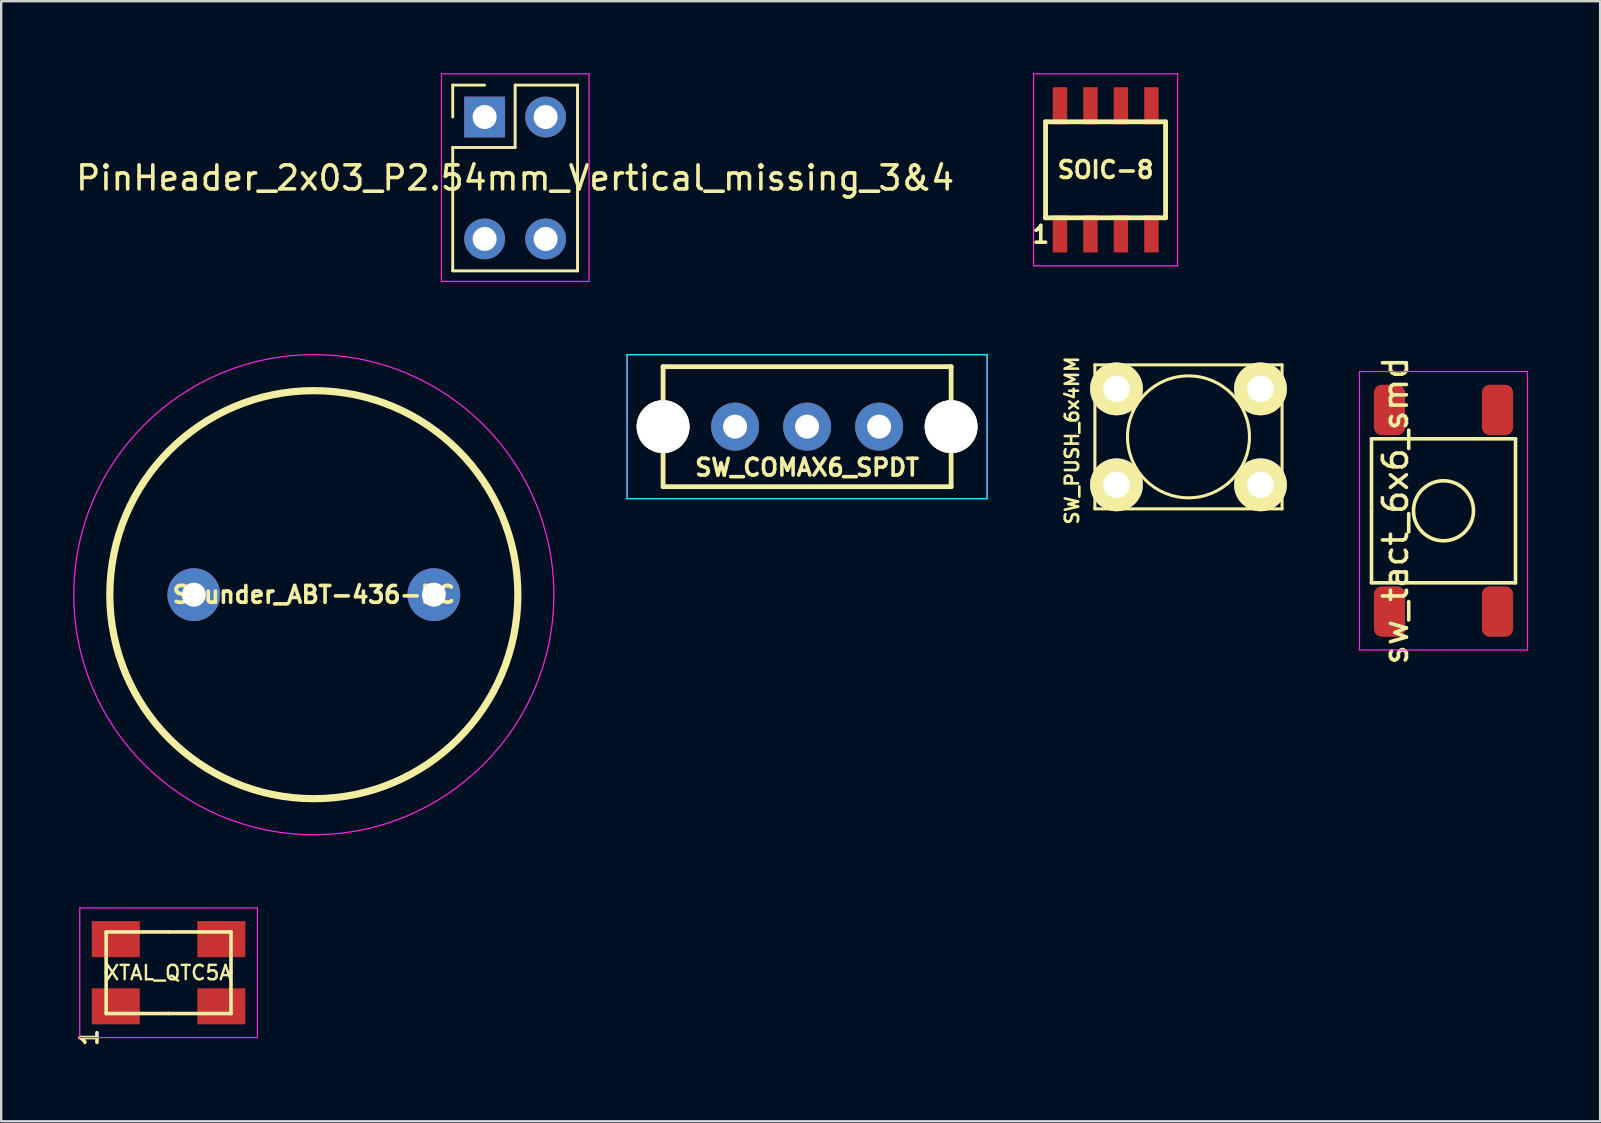
<source format=kicad_pcb>
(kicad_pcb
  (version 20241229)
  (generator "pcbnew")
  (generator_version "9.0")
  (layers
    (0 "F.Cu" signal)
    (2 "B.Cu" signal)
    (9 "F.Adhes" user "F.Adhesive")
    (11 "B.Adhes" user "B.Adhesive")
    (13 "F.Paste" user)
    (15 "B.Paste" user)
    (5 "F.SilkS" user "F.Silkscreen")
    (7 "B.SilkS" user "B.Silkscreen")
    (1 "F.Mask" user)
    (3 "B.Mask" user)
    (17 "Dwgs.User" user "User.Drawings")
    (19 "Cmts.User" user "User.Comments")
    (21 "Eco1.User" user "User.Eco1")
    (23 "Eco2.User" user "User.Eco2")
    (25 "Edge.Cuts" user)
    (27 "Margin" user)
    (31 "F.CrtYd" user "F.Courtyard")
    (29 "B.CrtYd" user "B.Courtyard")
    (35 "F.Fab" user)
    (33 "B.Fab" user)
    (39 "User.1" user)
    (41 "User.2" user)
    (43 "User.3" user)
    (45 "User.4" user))
  (footprint "SW_PUSH_6x4MM"
    (layer "F.Cu")
    (at 46.464 15.15)
    (property "Reference" "SW_PUSH_6x4MM" (at -4.85 0.15 90) (layer "F.SilkS") (effects (font (size 0.551 0.551) (thickness 0.109))))
    (attr smd)
    (fp_line (start -3.899 -3) (end -3.899 3) (stroke (width 0.127) (type solid)) (layer "F.SilkS"))
    (fp_line (start -3.899 -3) (end 3.899 -3) (stroke (width 0.127) (type solid)) (layer "F.SilkS"))
    (fp_line (start 3.899 3) (end -3.899 3) (stroke (width 0.127) (type solid)) (layer "F.SilkS"))
    (fp_line (start 3.899 3) (end 3.899 -3) (stroke (width 0.127) (type solid)) (layer "F.SilkS"))
    (fp_circle (center 0 0) (end 0 -2.54) (stroke (width 0.127) (type solid)) (fill no) (layer "F.SilkS"))
    (pad "1" thru_hole circle (at -3 -1.999) (size 2.2 2.2) (drill 1.1) (layers "*.Cu" "*.Mask" "F.SilkS"))
    (pad "1" thru_hole circle (at 3 -1.999) (size 2.2 2.2) (drill 1.1) (layers "*.Cu" "*.Mask" "F.SilkS"))
    (pad "2" thru_hole circle (at -3 1.999) (size 2.2 2.2) (drill 1.1) (layers "*.Cu" "*.Mask" "F.SilkS"))
    (pad "2" thru_hole circle (at 3 1.999) (size 2.2 2.2) (drill 1.1) (layers "*.Cu" "*.Mask" "F.SilkS")))
  (footprint "SOIC-8"
    (layer "F.Cu")
    (at 43.01 4.025)
    (property "Reference" "SOIC-8" (at 0 0 0) (layer "F.SilkS") (effects (font (size 0.7 0.7) (thickness 0.15))))
    (attr through_hole)
    (fp_line (start -2.5 -2) (end -2.5 2) (stroke (width 0.2) (type solid)) (layer "F.SilkS"))
    (fp_line (start -2.5 -2) (end 2.5 -2) (stroke (width 0.2) (type solid)) (layer "F.SilkS"))
    (fp_line (start -2.5 2) (end 2.5 2) (stroke (width 0.2) (type solid)) (layer "F.SilkS"))
    (fp_line (start 2.5 -2) (end 2.5 2) (stroke (width 0.2) (type solid)) (layer "F.SilkS"))
    (fp_line (start -3 -4) (end -3 4) (stroke (width 0.05) (type solid)) (layer "F.CrtYd"))
    (fp_line (start -3 4) (end 3 4) (stroke (width 0.05) (type solid)) (layer "F.CrtYd"))
    (fp_line (start 3 -4) (end -3 -4) (stroke (width 0.05) (type solid)) (layer "F.CrtYd"))
    (fp_line (start 3 4) (end 3 -4) (stroke (width 0.05) (type solid)) (layer "F.CrtYd"))
    (fp_text user "1" (at -2.7 2.7 0) (layer "F.SilkS") (effects (font (size 0.7 0.7) (thickness 0.15))))
    (pad "1" smd rect (at -1.9 2.667) (size 0.6 1.55) (layers "F.Cu" "F.Mask"))
    (pad "2" smd rect (at -0.63 2.667) (size 0.6 1.55) (layers "F.Cu" "F.Mask"))
    (pad "3" smd rect (at 0.64 2.667) (size 0.6 1.55) (layers "F.Cu" "F.Mask"))
    (pad "4" smd rect (at 1.91 2.667) (size 0.6 1.55) (layers "F.Cu" "F.Mask"))
    (pad "5" smd rect (at 1.91 -2.667) (size 0.6 1.55) (layers "F.Cu" "F.Mask"))
    (pad "6" smd rect (at 0.64 -2.667) (size 0.6 1.55) (layers "F.Cu" "F.Mask"))
    (pad "7" smd rect (at -0.63 -2.667) (size 0.6 1.55) (layers "F.Cu" "F.Mask"))
    (pad "8" smd rect (at -1.9 -2.667) (size 0.6 1.55) (layers "F.Cu" "F.Mask")))
  (footprint "XTAL_QTC5A"
    (layer "F.Cu")
    (at 3.973 37.475)
    (property "Reference" "XTAL_QTC5A" (at 0 0 0) (layer "F.SilkS") (effects (font (size 0.6 0.6) (thickness 0.1))))
    (attr through_hole)
    (fp_line (start -2.6 -1.7) (end 0 -1.7) (stroke (width 0.15) (type solid)) (layer "F.SilkS"))
    (fp_line (start -2.6 0) (end -2.6 -1.7) (stroke (width 0.15) (type solid)) (layer "F.SilkS"))
    (fp_line (start -2.6 0) (end -2.6 1.7) (stroke (width 0.15) (type solid)) (layer "F.SilkS"))
    (fp_line (start -2.6 1.7) (end 0 1.7) (stroke (width 0.15) (type solid)) (layer "F.SilkS"))
    (fp_line (start 0 -1.7) (end 2.6 -1.7) (stroke (width 0.15) (type solid)) (layer "F.SilkS"))
    (fp_line (start 2.6 0) (end 2.6 -1.7) (stroke (width 0.15) (type solid)) (layer "F.SilkS"))
    (fp_line (start 2.6 0) (end 2.6 1.7) (stroke (width 0.15) (type solid)) (layer "F.SilkS"))
    (fp_line (start 2.6 1.7) (end 0 1.7) (stroke (width 0.15) (type solid)) (layer "F.SilkS"))
    (fp_line (start -3.7 -2.7) (end -3.7 2.7) (stroke (width 0.05) (type solid)) (layer "F.CrtYd"))
    (fp_line (start -3.7 -2.7) (end 3.7 -2.7) (stroke (width 0.05) (type solid)) (layer "F.CrtYd"))
    (fp_line (start -3.7 2.7) (end 3.7 2.7) (stroke (width 0.05) (type solid)) (layer "F.CrtYd"))
    (fp_line (start 3.7 -2.7) (end 3.7 2.7) (stroke (width 0.05) (type solid)) (layer "F.CrtYd"))
    (fp_text user "1" (at -3.3 2.7 270) (layer "F.SilkS") (effects (font (size 0.7 0.7) (thickness 0.15))))
    (pad "1" smd rect (at -2.2 1.4) (size 2 1.5) (layers "F.Cu" "F.Mask"))
    (pad "2" smd rect (at 2.2 1.4) (size 2 1.5) (layers "F.Cu" "F.Mask"))
    (pad "3" smd rect (at 2.2 -1.4) (size 2 1.5) (layers "F.Cu" "F.Mask"))
    (pad "4" smd rect (at -2.2 -1.4) (size 2 1.5) (layers "F.Cu" "F.Mask")))
  (footprint "Sounder_ABT-436-RC"
    (layer "F.Cu")
    (at 10.025 21.725)
    (property "Reference" "Sounder_ABT-436-RC" (at 0 0 0) (layer "F.SilkS") (effects (font (size 0.7 0.7) (thickness 0.15))))
    (attr through_hole)
    (fp_circle (center 0 0) (end -8.5 0) (stroke (width 0.3) (type solid)) (fill no) (layer "F.SilkS"))
    (fp_circle (center 0 0) (end 10 0) (stroke (width 0.05) (type solid)) (fill no) (layer "F.CrtYd"))
    (pad "1" thru_hole circle (at -5 0) (size 2.2 2.2) (drill 1) (layers "*.Cu" "*.Mask"))
    (pad "2" thru_hole circle (at 5 0) (size 2.2 2.2) (drill 1) (layers "*.Cu" "*.Mask")))
  (footprint "SW_COMAX6_SPDT"
    (layer "F.Cu")
    (at 30.575 14.725)
    (property "Reference" "SW_COMAX6_SPDT" (at 0 1.7 0) (layer "F.SilkS") (effects (font (size 0.7 0.7) (thickness 0.15))))
    (attr through_hole)
    (fp_line (start -6 -2.5) (end 6 -2.5) (stroke (width 0.2) (type solid)) (layer "F.SilkS"))
    (fp_line (start -6 2.5) (end -6 -2.5) (stroke (width 0.2) (type solid)) (layer "F.SilkS"))
    (fp_line (start 6 -2.5) (end 6 2.5) (stroke (width 0.2) (type solid)) (layer "F.SilkS"))
    (fp_line (start 6 2.5) (end -6 2.5) (stroke (width 0.2) (type solid)) (layer "F.SilkS"))
    (fp_line (start -7.5 -3) (end -7.5 3) (stroke (width 0.05) (type solid)) (layer "B.CrtYd"))
    (fp_line (start -7.5 -3) (end 7.5 -3) (stroke (width 0.05) (type solid)) (layer "B.CrtYd"))
    (fp_line (start -7.5 3) (end 7.5 3) (stroke (width 0.05) (type solid)) (layer "B.CrtYd"))
    (fp_line (start 7.5 3) (end 7.5 -3) (stroke (width 0.05) (type solid)) (layer "B.CrtYd"))
    (fp_line (start -7.5 -3) (end -7.5 3) (stroke (width 0.05) (type solid)) (layer "F.CrtYd"))
    (fp_line (start -7.5 -3) (end 7.5 -3) (stroke (width 0.05) (type solid)) (layer "F.CrtYd"))
    (fp_line (start -7.5 3) (end 7.5 3) (stroke (width 0.05) (type solid)) (layer "F.CrtYd"))
    (fp_line (start 7.5 -3) (end 7.5 3) (stroke (width 0.05) (type solid)) (layer "F.CrtYd"))
    (pad "" thru_hole circle (at -6 0) (size 2.2 2.2) (drill 2.2) (layers "*.Cu" "*.Mask" "F.SilkS"))
    (pad "" thru_hole circle (at 6 0) (size 2.2 2.2) (drill 2.2) (layers "*.Cu" "*.Mask" "F.SilkS"))
    (pad "1" thru_hole circle (at -3 0) (size 2 2) (drill 1) (layers "*.Cu" "*.Mask"))
    (pad "2" thru_hole circle (at 0 0) (size 2 2) (drill 1) (layers "*.Cu" "*.Mask"))
    (pad "3" thru_hole circle (at 3 0) (size 2 2) (drill 1) (layers "*.Cu" "*.Mask")))
  (footprint "PinHeader_2x03_P2.54mm_Vertical_missing_3&4"
    (layer "F.Cu")
    (at 17.141 1.825)
    (property "Reference" "PinHeader_2x03_P2.54mm_Vertical_missing_3&4" (at 1.27 2.54 180) (layer "F.SilkS") (effects (font (size 1 1) (thickness 0.15))))
    (attr through_hole)
    (fp_line (start -1.33 -1.33) (end 0 -1.33) (stroke (width 0.12) (type solid)) (layer "F.SilkS"))
    (fp_line (start -1.33 0) (end -1.33 -1.33) (stroke (width 0.12) (type solid)) (layer "F.SilkS"))
    (fp_line (start -1.33 1.27) (end -1.33 6.41) (stroke (width 0.12) (type solid)) (layer "F.SilkS"))
    (fp_line (start -1.33 1.27) (end 1.27 1.27) (stroke (width 0.12) (type solid)) (layer "F.SilkS"))
    (fp_line (start -1.33 6.41) (end 3.87 6.41) (stroke (width 0.12) (type solid)) (layer "F.SilkS"))
    (fp_line (start 1.27 -1.33) (end 3.87 -1.33) (stroke (width 0.12) (type solid)) (layer "F.SilkS"))
    (fp_line (start 1.27 1.27) (end 1.27 -1.33) (stroke (width 0.12) (type solid)) (layer "F.SilkS"))
    (fp_line (start 3.87 -1.33) (end 3.87 6.41) (stroke (width 0.12) (type solid)) (layer "F.SilkS"))
    (fp_line (start -1.8 -1.8) (end -1.8 6.85) (stroke (width 0.05) (type solid)) (layer "F.CrtYd"))
    (fp_line (start -1.8 6.85) (end 4.35 6.85) (stroke (width 0.05) (type solid)) (layer "F.CrtYd"))
    (fp_line (start 4.35 -1.8) (end -1.8 -1.8) (stroke (width 0.05) (type solid)) (layer "F.CrtYd"))
    (fp_line (start 4.35 6.85) (end 4.35 -1.8) (stroke (width 0.05) (type solid)) (layer "F.CrtYd"))
    (pad "1" thru_hole rect (at 0 0) (size 1.7 1.7) (drill 1) (layers "*.Cu" "*.Mask"))
    (pad "2" thru_hole oval (at 2.54 0) (size 1.7 1.7) (drill 1) (layers "*.Cu" "*.Mask"))
    (pad "5" thru_hole oval (at 0 5.08) (size 1.7 1.7) (drill 1) (layers "*.Cu" "*.Mask"))
    (pad "6" thru_hole oval (at 2.54 5.08) (size 1.7 1.7) (drill 1) (layers "*.Cu" "*.Mask")))
  (footprint "sw_tact_6x6_smd"
    (layer "F.Cu")
    (at 57.089 18.23)
    (property "Reference" "sw_tact_6x6_smd" (at -2 0 270) (layer "F.SilkS") (effects (font (size 1 1) (thickness 0.15))))
    (attr through_hole)
    (fp_line (start -3 -3) (end 3 -3) (stroke (width 0.15) (type solid)) (layer "F.SilkS"))
    (fp_line (start -3 0) (end -3 -3) (stroke (width 0.15) (type solid)) (layer "F.SilkS"))
    (fp_line (start -3 3) (end -3 0) (stroke (width 0.15) (type solid)) (layer "F.SilkS"))
    (fp_line (start 3 -3) (end 3 3) (stroke (width 0.15) (type solid)) (layer "F.SilkS"))
    (fp_line (start 3 3) (end -3 3) (stroke (width 0.15) (type solid)) (layer "F.SilkS"))
    (fp_circle (center 0 0) (end 1.25 0) (stroke (width 0.15) (type solid)) (fill no) (layer "F.SilkS"))
    (fp_line (start -3.5 -5.8) (end -3.5 5.8) (stroke (width 0.05) (type solid)) (layer "F.CrtYd"))
    (fp_line (start -3.5 -5.8) (end 3.5 -5.8) (stroke (width 0.05) (type solid)) (layer "F.CrtYd"))
    (fp_line (start -3.5 5.8) (end 3.5 5.8) (stroke (width 0.05) (type solid)) (layer "F.CrtYd"))
    (fp_line (start 3.5 -5.8) (end 3.5 5.8) (stroke (width 0.05) (type solid)) (layer "F.CrtYd"))
    (pad "1" smd roundrect (at -2.25 -4.2) (size 1.3 2.1) (layers "F.Cu" "F.Mask") (roundrect_rratio 0.25))
    (pad "1" smd roundrect (at -2.25 4.2) (size 1.3 2.1) (layers "F.Cu" "F.Mask") (roundrect_rratio 0.25))
    (pad "2" smd roundrect (at 2.25 -4.2) (size 1.3 2.1) (layers "F.Cu" "F.Mask") (roundrect_rratio 0.25))
    (pad "2" smd roundrect (at 2.25 4.2) (size 1.3 2.1) (layers "F.Cu" "F.Mask") (roundrect_rratio 0.25)))
  (gr_rect
    (start -3 -3)
    (end 63.614 43.663)
    (stroke (width 0.1) (type default))
    (fill no)
    (layer "Edge.Cuts")))
</source>
